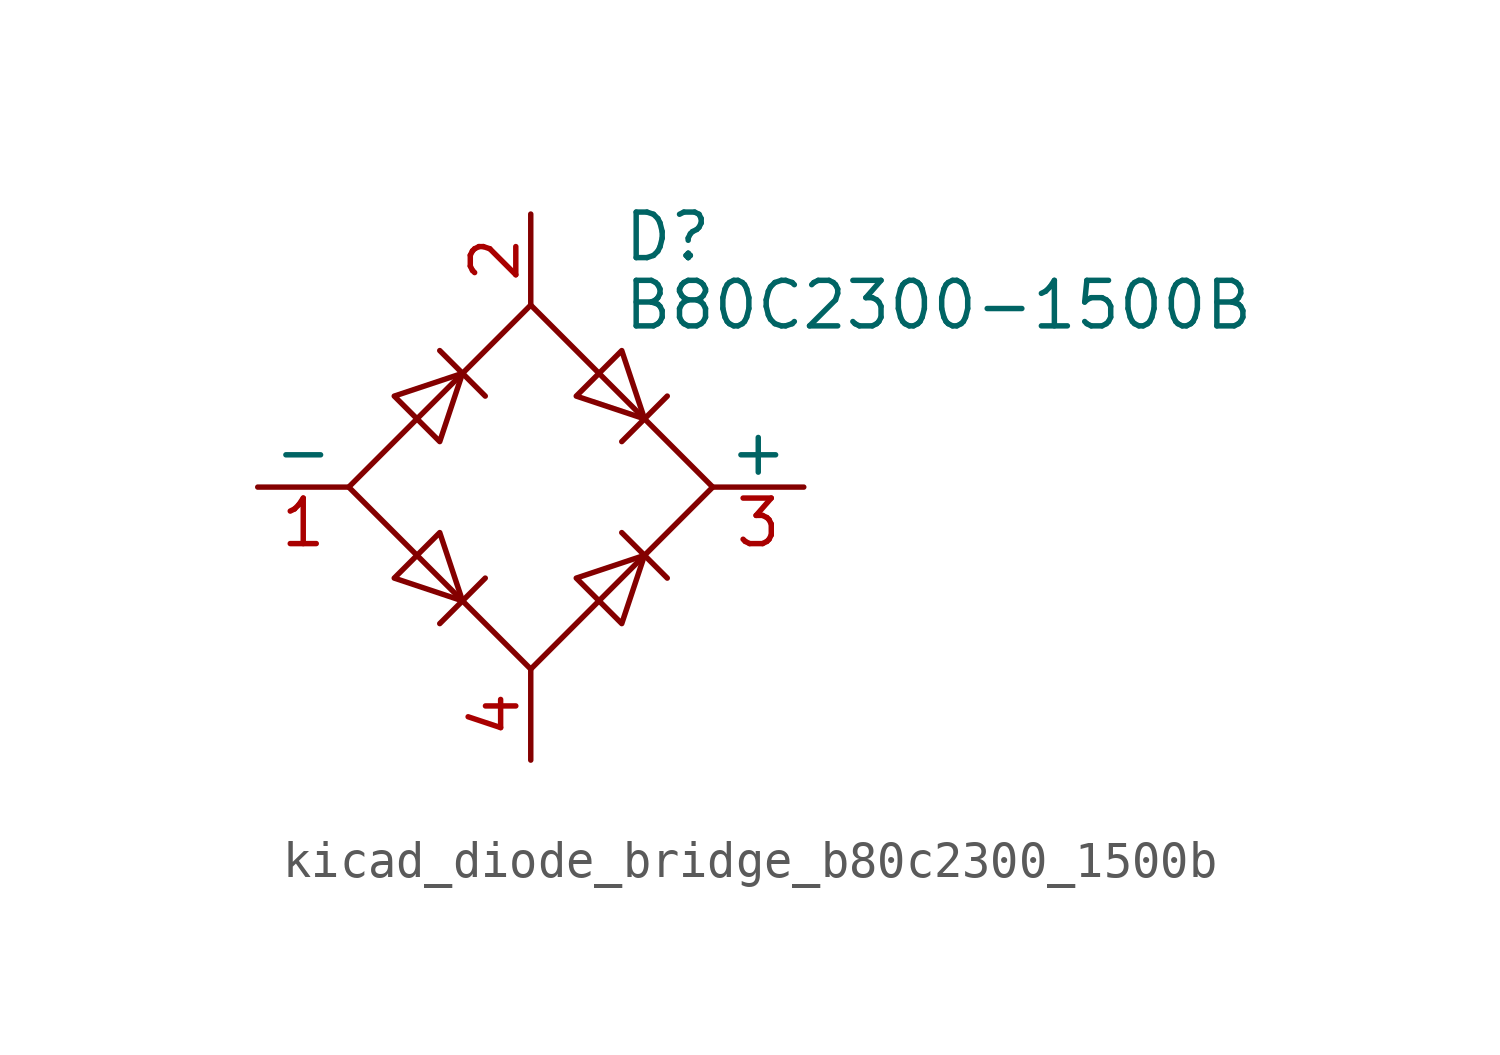
<source format=kicad_sym>
(kicad_symbol_lib
  (version 20220914)
  (generator kicad_symbol_editor)
  (symbol "kicad_diode_bridge_b80c2300_1500b"
    (pin_names
      (offset 0))
    (property "Reference" "D"
      (at 2.54 6.985 0)
      (effects (font (size 1.27 1.27)) (justify left)))
    (property "Value" "B80C2300-1500B"
      (at 2.54 5.08 0)
      (effects (font (size 1.27 1.27)) (justify left)))
    (symbol "kicad_diode_bridge_b80c2300_1500b_0_1"
      (polyline (pts (xy -2.54 3.81) (xy -1.27 2.54)) (stroke (width 0) (type default)) (fill (type none)))
      (polyline (pts (xy -1.27 -2.54) (xy -2.54 -3.81)) (stroke (width 0) (type default)) (fill (type none)))
      (polyline (pts (xy 2.54 -1.27) (xy 3.81 -2.54)) (stroke (width 0) (type default)) (fill (type none)))
      (polyline (pts (xy 2.54 1.27) (xy 3.81 2.54)) (stroke (width 0) (type default)) (fill (type none)))
      (polyline (pts (xy -3.81 2.54) (xy -2.54 1.27) (xy -1.905 3.175) (xy -3.81 2.54)) (stroke (width 0) (type default)) (fill (type none)))
      (polyline (pts (xy -2.54 -1.27) (xy -3.81 -2.54) (xy -1.905 -3.175) (xy -2.54 -1.27)) (stroke (width 0) (type default)) (fill (type none)))
      (polyline (pts (xy 1.27 2.54) (xy 2.54 3.81) (xy 3.175 1.905) (xy 1.27 2.54)) (stroke (width 0) (type default)) (fill (type none)))
      (polyline (pts (xy 3.175 -1.905) (xy 1.27 -2.54) (xy 2.54 -3.81) (xy 3.175 -1.905)) (stroke (width 0) (type default)) (fill (type none)))
      (polyline (pts (xy -5.08 0) (xy 0 -5.08) (xy 5.08 0) (xy 0 5.08) (xy -5.08 0)) (stroke (width 0) (type default)) (fill (type none))))
    (symbol "kicad_diode_bridge_b80c2300_1500b_1_1"
      (pin passive line (at -7.62 0 0) (length 2.54) (name "-" (effects (font (size 1.27 1.27)))) (number "1" (effects (font (size 1.27 1.27)))))
      (pin passive line (at 0 7.62 270) (length 2.54) (name "~" (effects (font (size 1.27 1.27)))) (number "2" (effects (font (size 1.27 1.27)))))
      (pin passive line (at 7.62 0 180) (length 2.54) (name "+" (effects (font (size 1.27 1.27)))) (number "3" (effects (font (size 1.27 1.27)))))
      (pin passive line (at 0 -7.62 90) (length 2.54) (name "~" (effects (font (size 1.27 1.27)))) (number "4" (effects (font (size 1.27 1.27))))))))
</source>
